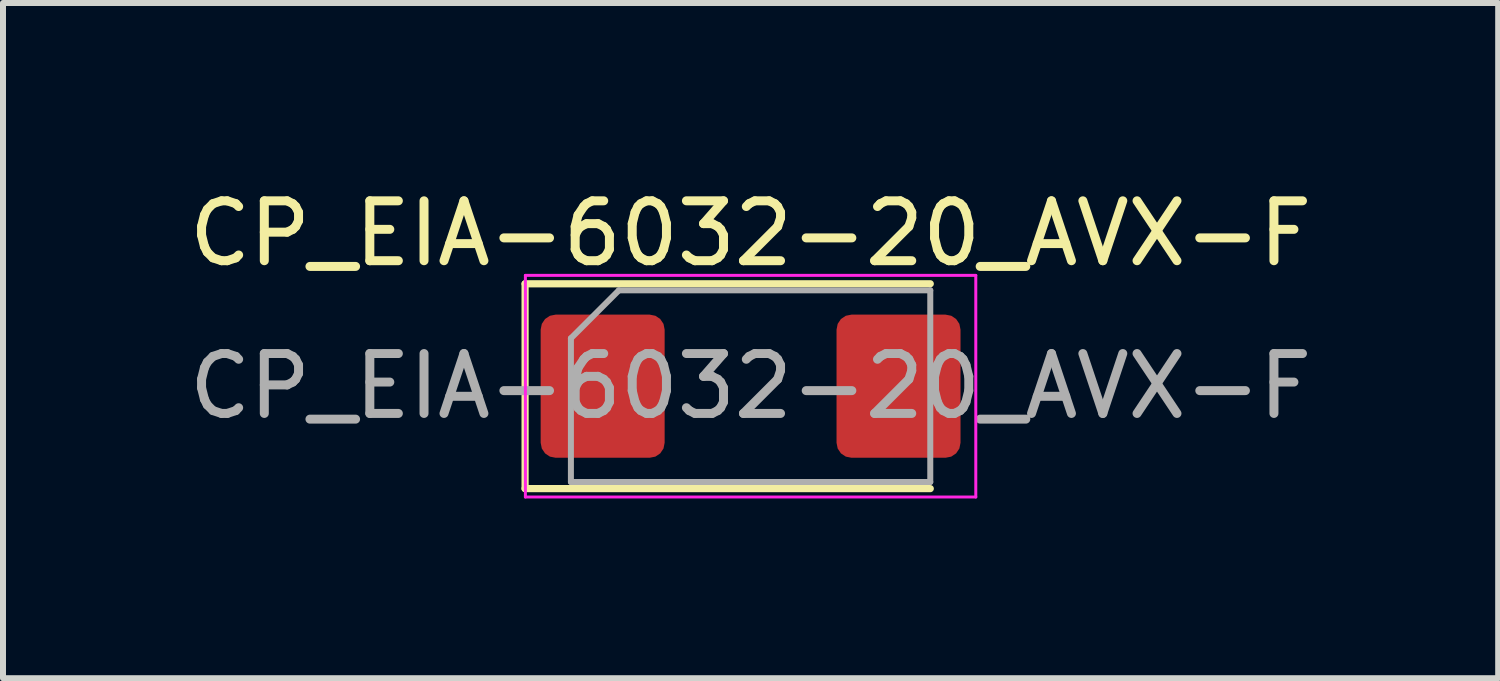
<source format=kicad_pcb>
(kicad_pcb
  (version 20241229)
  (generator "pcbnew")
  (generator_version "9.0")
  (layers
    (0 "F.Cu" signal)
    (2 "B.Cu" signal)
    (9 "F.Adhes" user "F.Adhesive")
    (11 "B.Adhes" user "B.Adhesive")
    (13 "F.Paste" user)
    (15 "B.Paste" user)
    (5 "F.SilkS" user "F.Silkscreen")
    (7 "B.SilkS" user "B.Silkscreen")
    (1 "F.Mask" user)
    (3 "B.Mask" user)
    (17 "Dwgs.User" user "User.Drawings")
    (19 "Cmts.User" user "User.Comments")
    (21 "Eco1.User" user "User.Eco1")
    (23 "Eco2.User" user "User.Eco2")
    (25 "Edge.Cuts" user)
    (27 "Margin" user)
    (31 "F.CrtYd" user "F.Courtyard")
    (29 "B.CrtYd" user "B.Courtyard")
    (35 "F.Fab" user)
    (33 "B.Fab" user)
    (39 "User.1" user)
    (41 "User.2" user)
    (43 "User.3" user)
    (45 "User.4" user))
  (footprint "CP_EIA-6032-20_AVX-F"
    (layer "F.Cu")
    (at 9.482 3.398)
    (property "Reference" "CP_EIA-6032-20_AVX-F" (at 0 -2.55 0) (layer "F.SilkS") (effects (font (size 1 1) (thickness 0.15))))
    (attr smd)
    (fp_line (start -3.765 -1.71) (end -3.765 1.71) (stroke (width 0.12) (type solid)) (layer "F.SilkS"))
    (fp_line (start -3.765 1.71) (end 3 1.71) (stroke (width 0.12) (type solid)) (layer "F.SilkS"))
    (fp_line (start 3 -1.71) (end -3.765 -1.71) (stroke (width 0.12) (type solid)) (layer "F.SilkS"))
    (fp_line (start -3.76 -1.85) (end 3.76 -1.85) (stroke (width 0.05) (type solid)) (layer "F.CrtYd"))
    (fp_line (start -3.76 1.85) (end -3.76 -1.85) (stroke (width 0.05) (type solid)) (layer "F.CrtYd"))
    (fp_line (start 3.76 -1.85) (end 3.76 1.85) (stroke (width 0.05) (type solid)) (layer "F.CrtYd"))
    (fp_line (start 3.76 1.85) (end -3.76 1.85) (stroke (width 0.05) (type solid)) (layer "F.CrtYd"))
    (fp_line (start -3 -0.8) (end -3 1.6) (stroke (width 0.1) (type solid)) (layer "F.Fab"))
    (fp_line (start -3 1.6) (end 3 1.6) (stroke (width 0.1) (type solid)) (layer "F.Fab"))
    (fp_line (start -2.2 -1.6) (end -3 -0.8) (stroke (width 0.1) (type solid)) (layer "F.Fab"))
    (fp_line (start 3 -1.6) (end -2.2 -1.6) (stroke (width 0.1) (type solid)) (layer "F.Fab"))
    (fp_line (start 3 1.6) (end 3 -1.6) (stroke (width 0.1) (type solid)) (layer "F.Fab"))
    (fp_text user "${REFERENCE}" (at 0 0 0) (layer "F.Fab") (effects (font (size 1 1) (thickness 0.15))))
    (pad "1" smd roundrect (at -2.47 0) (size 2.07 2.39) (layers "F.Cu" "F.Mask" "F.Paste") (roundrect_rratio 0.121))
    (pad "2" smd roundrect (at 2.47 0) (size 2.07 2.39) (layers "F.Cu" "F.Mask" "F.Paste") (roundrect_rratio 0.121)))
  (gr_rect
    (start -3 -3)
    (end 21.964 8.273)
    (stroke (width 0.1) (type default))
    (fill no)
    (layer "Edge.Cuts")))
</source>
